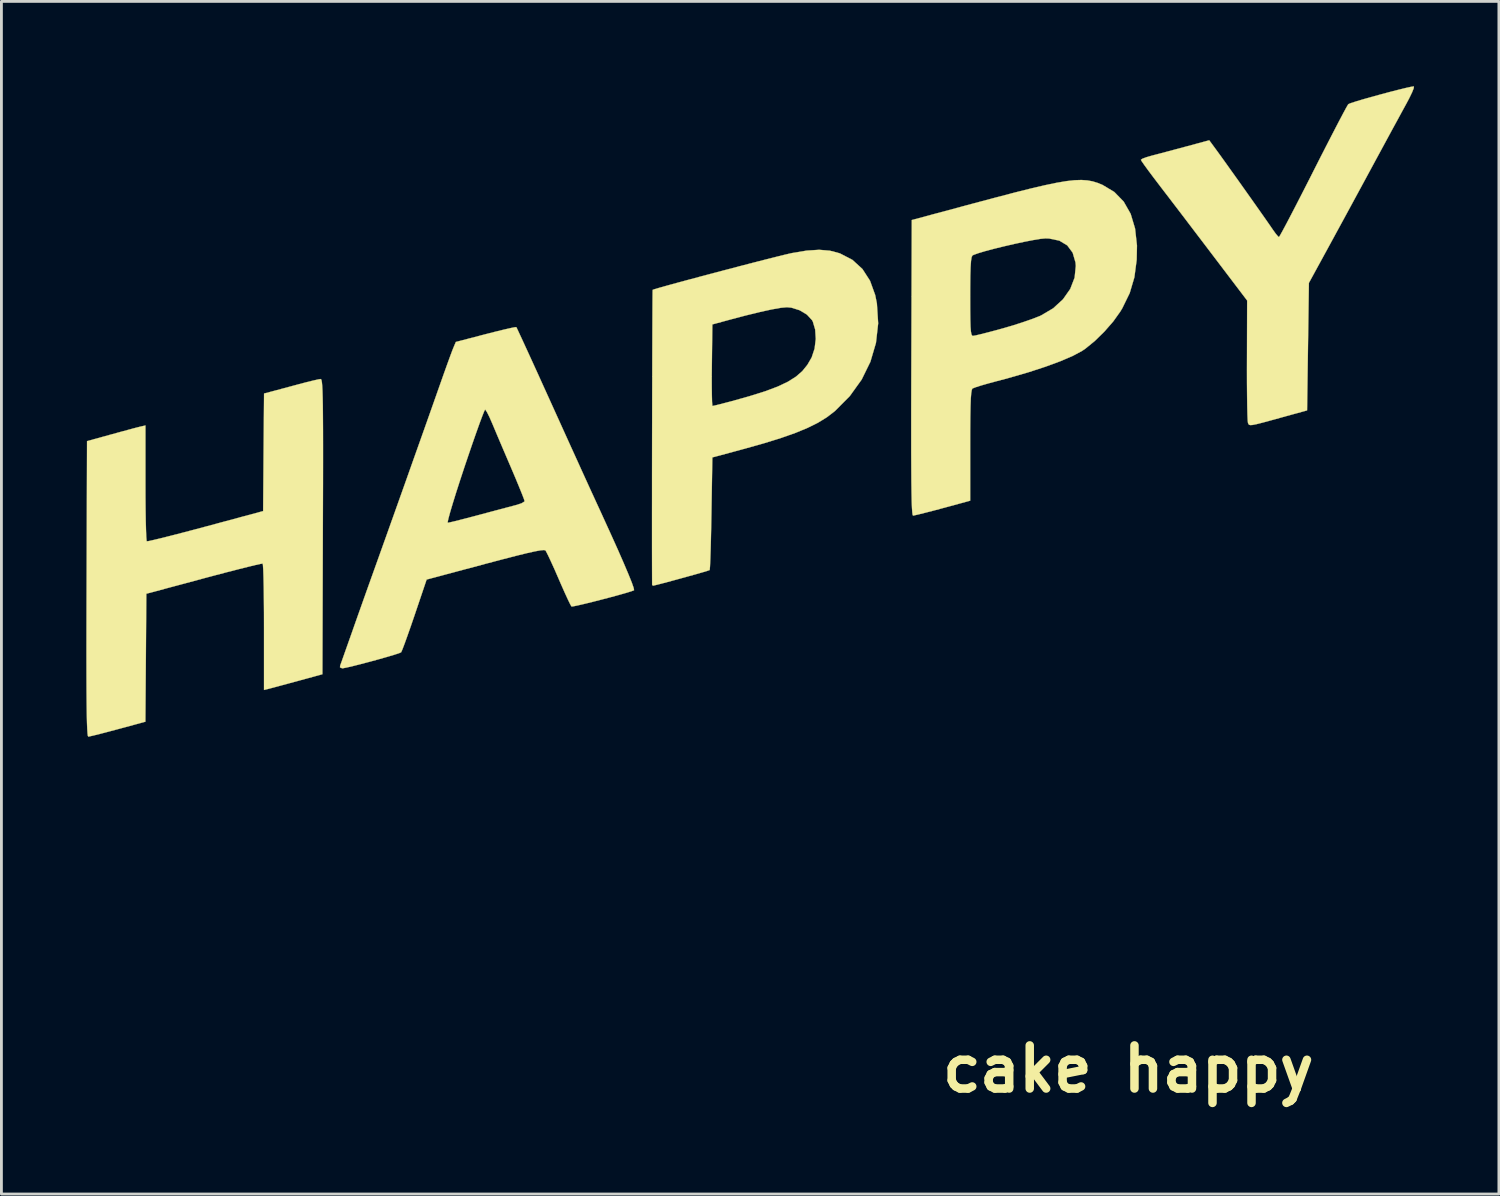
<source format=kicad_pcb>
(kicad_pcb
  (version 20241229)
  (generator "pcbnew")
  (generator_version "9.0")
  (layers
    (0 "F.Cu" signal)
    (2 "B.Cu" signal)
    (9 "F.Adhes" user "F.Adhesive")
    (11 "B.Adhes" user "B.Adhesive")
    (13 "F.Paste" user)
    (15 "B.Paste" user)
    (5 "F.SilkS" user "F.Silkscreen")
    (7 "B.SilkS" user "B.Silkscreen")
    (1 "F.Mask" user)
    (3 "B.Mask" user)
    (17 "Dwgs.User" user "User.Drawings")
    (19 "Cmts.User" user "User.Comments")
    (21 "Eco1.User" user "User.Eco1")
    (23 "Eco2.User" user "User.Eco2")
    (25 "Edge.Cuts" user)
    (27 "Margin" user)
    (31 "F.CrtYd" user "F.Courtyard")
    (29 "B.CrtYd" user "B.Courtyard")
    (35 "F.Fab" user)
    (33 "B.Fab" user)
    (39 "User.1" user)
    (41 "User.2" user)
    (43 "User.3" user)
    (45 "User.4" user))
  (footprint "cake happy"
    (layer "F.Cu")
    (at 36.824 34.729)
    (property "Reference" "cake happy" (at 0 0 0) (layer "F.SilkS") (effects (font (size 1.524 1.524) (thickness 0.3))))
    (attr through_hole)
    (fp_poly (pts (xy -28.525 -24.373) (xy -28.51 -24.333) (xy -28.497 -24.258) (xy -28.487 -24.138) (xy -28.478 -23.968) (xy -28.471 -23.738) (xy -28.465 -23.441) (xy -28.462 -23.068) (xy -28.459 -22.614) (xy -28.458 -22.068) (xy -28.458 -21.424) (xy -28.459 -20.674) (xy -28.462 -19.81) (xy -28.464 -19.168) (xy -28.48 -13.952) (xy -29.343 -13.716) (xy -29.671 -13.627) (xy -29.967 -13.547) (xy -30.204 -13.483) (xy -30.353 -13.444) (xy -30.375 -13.438) (xy -30.544 -13.396) (xy -30.544 -15.616) (xy -30.545 -16.134) (xy -30.549 -16.611) (xy -30.554 -17.031) (xy -30.562 -17.381) (xy -30.571 -17.646) (xy -30.582 -17.811) (xy -30.591 -17.862) (xy -30.662 -17.852) (xy -30.84 -17.813) (xy -31.112 -17.747) (xy -31.462 -17.659) (xy -31.875 -17.553) (xy -32.338 -17.431) (xy -32.671 -17.342) (xy -34.703 -16.796) (xy -34.719 -14.535) (xy -34.736 -12.274) (xy -35.707 -12.011) (xy -36.044 -11.921) (xy -36.339 -11.844) (xy -36.572 -11.786) (xy -36.718 -11.753) (xy -36.754 -11.748) (xy -36.769 -11.775) (xy -36.781 -11.862) (xy -36.791 -12.015) (xy -36.8 -12.239) (xy -36.807 -12.543) (xy -36.812 -12.931) (xy -36.816 -13.41) (xy -36.818 -13.988) (xy -36.819 -14.669) (xy -36.818 -15.46) (xy -36.816 -16.369) (xy -36.814 -16.969) (xy -36.798 -22.19) (xy -35.941 -22.426) (xy -35.614 -22.516) (xy -35.318 -22.596) (xy -35.08 -22.66) (xy -34.93 -22.698) (xy -34.909 -22.703) (xy -34.734 -22.743) (xy -34.734 -20.71) (xy -34.733 -20.215) (xy -34.729 -19.761) (xy -34.723 -19.365) (xy -34.714 -19.041) (xy -34.705 -18.806) (xy -34.694 -18.673) (xy -34.687 -18.649) (xy -34.616 -18.658) (xy -34.438 -18.698) (xy -34.166 -18.763) (xy -33.817 -18.851) (xy -33.403 -18.958) (xy -32.94 -19.08) (xy -32.607 -19.169) (xy -30.575 -19.717) (xy -30.559 -21.794) (xy -30.542 -23.872) (xy -30.273 -23.943) (xy -30.098 -23.99) (xy -29.84 -24.059) (xy -29.539 -24.14) (xy -29.32 -24.199) (xy -29.035 -24.274) (xy -28.79 -24.334) (xy -28.614 -24.373) (xy -28.542 -24.384) (xy -28.525 -24.373)) (stroke (width 0.01) (type solid)) (fill yes) (layer "F.SilkS"))
    (fp_poly (pts (xy 10.093 -34.723) (xy 10.087 -34.663) (xy 10.029 -34.517) (xy 9.927 -34.306) (xy 9.817 -34.099) (xy 9.699 -33.884) (xy 9.533 -33.578) (xy 9.328 -33.203) (xy 9.098 -32.778) (xy 8.853 -32.326) (xy 8.604 -31.866) (xy 8.576 -31.814) (xy 8.305 -31.313) (xy 8.016 -30.78) (xy 7.725 -30.243) (xy 7.447 -29.733) (xy 7.2 -29.279) (xy 7.024 -28.956) (xy 6.382 -27.781) (xy 6.35 -25.529) (xy 6.318 -23.276) (xy 5.461 -23.04) (xy 5.053 -22.927) (xy 4.751 -22.845) (xy 4.538 -22.791) (xy 4.397 -22.762) (xy 4.312 -22.756) (xy 4.266 -22.769) (xy 4.243 -22.8) (xy 4.229 -22.836) (xy 4.219 -22.923) (xy 4.21 -23.123) (xy 4.203 -23.417) (xy 4.198 -23.791) (xy 4.194 -24.229) (xy 4.193 -24.715) (xy 4.194 -25.052) (xy 4.2 -27.159) (xy 3 -28.74) (xy 2.662 -29.185) (xy 2.312 -29.645) (xy 1.967 -30.099) (xy 1.644 -30.522) (xy 1.362 -30.891) (xy 1.137 -31.184) (xy 1.122 -31.204) (xy 0.902 -31.493) (xy 0.712 -31.747) (xy 0.564 -31.95) (xy 0.471 -32.085) (xy 0.445 -32.132) (xy 0.501 -32.171) (xy 0.648 -32.226) (xy 0.841 -32.281) (xy 1.06 -32.338) (xy 1.362 -32.418) (xy 1.706 -32.51) (xy 2.049 -32.602) (xy 2.86 -32.821) (xy 3.102 -32.492) (xy 3.243 -32.298) (xy 3.434 -32.032) (xy 3.661 -31.714) (xy 3.911 -31.364) (xy 4.169 -31) (xy 4.422 -30.643) (xy 4.656 -30.311) (xy 4.857 -30.025) (xy 5.011 -29.804) (xy 5.102 -29.671) (xy 5.212 -29.518) (xy 5.296 -29.42) (xy 5.324 -29.402) (xy 5.361 -29.457) (xy 5.448 -29.613) (xy 5.58 -29.86) (xy 5.75 -30.184) (xy 5.952 -30.574) (xy 6.18 -31.019) (xy 6.428 -31.505) (xy 6.538 -31.723) (xy 6.793 -32.226) (xy 7.033 -32.695) (xy 7.25 -33.116) (xy 7.438 -33.478) (xy 7.591 -33.768) (xy 7.702 -33.974) (xy 7.766 -34.084) (xy 7.777 -34.098) (xy 7.859 -34.133) (xy 8.038 -34.191) (xy 8.291 -34.267) (xy 8.592 -34.352) (xy 8.919 -34.442) (xy 9.247 -34.53) (xy 9.552 -34.608) (xy 9.81 -34.671) (xy 9.997 -34.712) (xy 10.089 -34.724) (xy 10.093 -34.723)) (stroke (width 0.01) (type solid)) (fill yes) (layer "F.SilkS"))
    (fp_poly (pts (xy -1.448 -31.404) (xy -1.26 -31.369) (xy -1.084 -31.315) (xy -0.914 -31.246) (xy -0.495 -30.995) (xy -0.162 -30.653) (xy 0.083 -30.222) (xy 0.239 -29.703) (xy 0.306 -29.1) (xy 0.296 -28.598) (xy 0.215 -27.98) (xy 0.05 -27.423) (xy -0.214 -26.883) (xy -0.286 -26.764) (xy -0.534 -26.417) (xy -0.847 -26.059) (xy -1.187 -25.726) (xy -1.52 -25.455) (xy -1.631 -25.38) (xy -1.956 -25.205) (xy -2.393 -25.017) (xy -2.927 -24.82) (xy -3.544 -24.619) (xy -4.231 -24.421) (xy -4.636 -24.313) (xy -4.941 -24.231) (xy -5.205 -24.155) (xy -5.401 -24.092) (xy -5.504 -24.051) (xy -5.509 -24.048) (xy -5.532 -23.999) (xy -5.551 -23.885) (xy -5.566 -23.695) (xy -5.576 -23.419) (xy -5.583 -23.047) (xy -5.587 -22.567) (xy -5.588 -22.036) (xy -5.588 -20.085) (xy -6.56 -19.821) (xy -6.896 -19.731) (xy -7.192 -19.655) (xy -7.425 -19.597) (xy -7.571 -19.564) (xy -7.608 -19.558) (xy -7.622 -19.586) (xy -7.634 -19.672) (xy -7.645 -19.825) (xy -7.654 -20.05) (xy -7.66 -20.353) (xy -7.666 -20.741) (xy -7.669 -21.221) (xy -7.672 -21.798) (xy -7.672 -22.479) (xy -7.672 -23.271) (xy -7.67 -24.179) (xy -7.668 -24.781) (xy -7.66 -27.297) (xy -5.588 -27.297) (xy -5.587 -26.837) (xy -5.583 -26.488) (xy -5.576 -26.237) (xy -5.563 -26.069) (xy -5.545 -25.968) (xy -5.52 -25.919) (xy -5.493 -25.908) (xy -5.4 -25.924) (xy -5.21 -25.969) (xy -4.945 -26.036) (xy -4.629 -26.12) (xy -4.466 -26.165) (xy -4.094 -26.273) (xy -3.724 -26.392) (xy -3.392 -26.507) (xy -3.136 -26.607) (xy -3.085 -26.63) (xy -2.656 -26.883) (xy -2.308 -27.202) (xy -2.051 -27.568) (xy -1.897 -27.967) (xy -1.855 -28.381) (xy -1.866 -28.505) (xy -1.966 -28.849) (xy -2.158 -29.107) (xy -2.437 -29.275) (xy -2.799 -29.35) (xy -2.931 -29.354) (xy -3.102 -29.338) (xy -3.357 -29.296) (xy -3.673 -29.235) (xy -4.026 -29.159) (xy -4.389 -29.075) (xy -4.74 -28.989) (xy -5.053 -28.906) (xy -5.303 -28.831) (xy -5.466 -28.772) (xy -5.509 -28.749) (xy -5.537 -28.691) (xy -5.558 -28.561) (xy -5.573 -28.345) (xy -5.583 -28.033) (xy -5.587 -27.614) (xy -5.588 -27.297) (xy -7.66 -27.297) (xy -7.652 -30.003) (xy -5.461 -30.592) (xy -4.675 -30.801) (xy -4 -30.978) (xy -3.425 -31.122) (xy -2.939 -31.235) (xy -2.53 -31.32) (xy -2.187 -31.378) (xy -1.9 -31.41) (xy -1.658 -31.418) (xy -1.448 -31.404)) (stroke (width 0.01) (type solid)) (fill yes) (layer "F.SilkS"))
    (fp_poly (pts (xy -10.549 -28.92) (xy -10.207 -28.829) (xy -10.183 -28.82) (xy -9.748 -28.594) (xy -9.395 -28.271) (xy -9.127 -27.856) (xy -8.945 -27.353) (xy -8.885 -27.054) (xy -8.84 -26.351) (xy -8.918 -25.661) (xy -9.114 -24.996) (xy -9.423 -24.365) (xy -9.842 -23.782) (xy -10.366 -23.255) (xy -10.389 -23.236) (xy -10.657 -23.031) (xy -10.966 -22.841) (xy -11.33 -22.66) (xy -11.762 -22.481) (xy -12.276 -22.3) (xy -12.886 -22.111) (xy -13.606 -21.909) (xy -13.716 -21.879) (xy -14.7 -21.614) (xy -14.732 -19.639) (xy -14.741 -19.151) (xy -14.751 -18.705) (xy -14.761 -18.316) (xy -14.772 -18) (xy -14.782 -17.773) (xy -14.792 -17.65) (xy -14.796 -17.633) (xy -14.861 -17.61) (xy -15.025 -17.56) (xy -15.26 -17.493) (xy -15.543 -17.414) (xy -15.846 -17.33) (xy -16.146 -17.248) (xy -16.416 -17.176) (xy -16.632 -17.12) (xy -16.768 -17.087) (xy -16.8 -17.081) (xy -16.828 -17.113) (xy -16.829 -17.309) (xy -16.83 -17.607) (xy -16.831 -17.997) (xy -16.832 -18.465) (xy -16.832 -19.002) (xy -16.832 -19.596) (xy -16.831 -20.235) (xy -16.831 -20.908) (xy -16.83 -21.603) (xy -16.829 -22.309) (xy -16.827 -23.015) (xy -16.826 -23.708) (xy -16.824 -24.379) (xy -16.824 -24.46) (xy -14.721 -24.46) (xy -14.72 -24.094) (xy -14.716 -23.791) (xy -14.71 -23.571) (xy -14.7 -23.449) (xy -14.694 -23.431) (xy -14.619 -23.447) (xy -14.45 -23.488) (xy -14.215 -23.549) (xy -14.042 -23.594) (xy -13.385 -23.778) (xy -12.84 -23.949) (xy -12.394 -24.116) (xy -12.034 -24.286) (xy -11.748 -24.466) (xy -11.521 -24.663) (xy -11.342 -24.885) (xy -11.195 -25.138) (xy -11.187 -25.155) (xy -11.086 -25.46) (xy -11.045 -25.801) (xy -11.066 -26.134) (xy -11.148 -26.412) (xy -11.178 -26.467) (xy -11.358 -26.661) (xy -11.617 -26.816) (xy -11.909 -26.907) (xy -12.065 -26.921) (xy -12.277 -26.902) (xy -12.599 -26.845) (xy -13.02 -26.753) (xy -13.529 -26.628) (xy -14.034 -26.495) (xy -14.7 -26.314) (xy -14.717 -24.873) (xy -14.721 -24.46) (xy -16.824 -24.46) (xy -16.823 -25.015) (xy -16.821 -25.605) (xy -16.819 -26.137) (xy -16.817 -26.6) (xy -16.815 -26.983) (xy -16.813 -27.274) (xy -16.811 -27.461) (xy -16.809 -27.535) (xy -16.809 -27.535) (xy -16.741 -27.56) (xy -16.566 -27.611) (xy -16.299 -27.686) (xy -15.958 -27.78) (xy -15.558 -27.888) (xy -15.115 -28.007) (xy -14.645 -28.132) (xy -14.164 -28.258) (xy -13.688 -28.383) (xy -13.234 -28.501) (xy -12.816 -28.608) (xy -12.452 -28.7) (xy -12.157 -28.773) (xy -11.948 -28.822) (xy -11.884 -28.836) (xy -11.362 -28.923) (xy -10.925 -28.951) (xy -10.549 -28.92)) (stroke (width 0.01) (type solid)) (fill yes) (layer "F.SilkS"))
    (fp_poly (pts (xy -21.597 -26.158) (xy -21.52 -25.993) (xy -21.402 -25.739) (xy -21.25 -25.408) (xy -21.069 -25.013) (xy -20.866 -24.568) (xy -20.647 -24.084) (xy -20.639 -24.067) (xy -20.316 -23.355) (xy -20.041 -22.748) (xy -19.809 -22.236) (xy -19.614 -21.807) (xy -19.452 -21.451) (xy -19.319 -21.157) (xy -19.208 -20.914) (xy -19.116 -20.712) (xy -19.037 -20.539) (xy -18.967 -20.386) (xy -18.9 -20.241) (xy -18.878 -20.193) (xy -18.763 -19.942) (xy -18.657 -19.712) (xy -18.581 -19.547) (xy -18.572 -19.526) (xy -18.284 -18.895) (xy -18.034 -18.34) (xy -17.827 -17.867) (xy -17.664 -17.482) (xy -17.547 -17.192) (xy -17.481 -17.003) (xy -17.466 -16.921) (xy -17.468 -16.919) (xy -17.558 -16.885) (xy -17.742 -16.828) (xy -17.995 -16.756) (xy -18.293 -16.675) (xy -18.613 -16.591) (xy -18.929 -16.51) (xy -19.218 -16.439) (xy -19.455 -16.384) (xy -19.616 -16.351) (xy -19.676 -16.345) (xy -19.716 -16.411) (xy -19.796 -16.574) (xy -19.906 -16.812) (xy -20.037 -17.107) (xy -20.128 -17.316) (xy -20.269 -17.64) (xy -20.398 -17.925) (xy -20.503 -18.149) (xy -20.576 -18.292) (xy -20.6 -18.329) (xy -20.654 -18.341) (xy -20.776 -18.33) (xy -20.976 -18.293) (xy -21.263 -18.229) (xy -21.645 -18.135) (xy -22.131 -18.009) (xy -22.73 -17.851) (xy -22.733 -17.85) (xy -24.797 -17.298) (xy -25.224 -16.035) (xy -25.354 -15.656) (xy -25.473 -15.318) (xy -25.573 -15.04) (xy -25.649 -14.839) (xy -25.694 -14.735) (xy -25.7 -14.726) (xy -25.777 -14.693) (xy -25.951 -14.637) (xy -26.197 -14.564) (xy -26.49 -14.481) (xy -26.803 -14.395) (xy -27.112 -14.314) (xy -27.39 -14.243) (xy -27.613 -14.191) (xy -27.754 -14.163) (xy -27.782 -14.161) (xy -27.859 -14.195) (xy -27.851 -14.263) (xy -27.818 -14.352) (xy -27.751 -14.541) (xy -27.656 -14.81) (xy -27.54 -15.138) (xy -27.41 -15.505) (xy -27.395 -15.549) (xy -27.239 -15.991) (xy -27.071 -16.464) (xy -26.906 -16.928) (xy -26.758 -17.342) (xy -26.669 -17.59) (xy -26.544 -17.939) (xy -26.383 -18.39) (xy -26.193 -18.921) (xy -26.049 -19.326) (xy -24.054 -19.326) (xy -24.05 -19.304) (xy -23.968 -19.32) (xy -23.784 -19.363) (xy -23.522 -19.43) (xy -23.202 -19.513) (xy -22.927 -19.586) (xy -22.558 -19.685) (xy -22.212 -19.777) (xy -21.915 -19.856) (xy -21.696 -19.914) (xy -21.606 -19.938) (xy -21.442 -19.993) (xy -21.346 -20.052) (xy -21.336 -20.073) (xy -21.36 -20.15) (xy -21.427 -20.324) (xy -21.529 -20.575) (xy -21.657 -20.884) (xy -21.804 -21.23) (xy -21.97 -21.617) (xy -22.135 -22.003) (xy -22.286 -22.358) (xy -22.409 -22.65) (xy -22.477 -22.812) (xy -22.576 -23.037) (xy -22.661 -23.208) (xy -22.719 -23.297) (xy -22.731 -23.305) (xy -22.762 -23.247) (xy -22.828 -23.082) (xy -22.924 -22.825) (xy -23.044 -22.489) (xy -23.184 -22.089) (xy -23.338 -21.638) (xy -23.451 -21.304) (xy -23.613 -20.813) (xy -23.756 -20.37) (xy -23.875 -19.986) (xy -23.967 -19.676) (xy -24.028 -19.451) (xy -24.054 -19.326) (xy -26.049 -19.326) (xy -25.982 -19.513) (xy -25.756 -20.148) (xy -25.522 -20.805) (xy -25.288 -21.466) (xy -25.059 -22.11) (xy -24.843 -22.719) (xy -24.647 -23.273) (xy -24.478 -23.752) (xy -24.342 -24.138) (xy -24.322 -24.194) (xy -24.195 -24.554) (xy -24.075 -24.889) (xy -23.972 -25.172) (xy -23.895 -25.379) (xy -23.86 -25.468) (xy -23.765 -25.694) (xy -22.708 -25.97) (xy -22.362 -26.058) (xy -22.06 -26.132) (xy -21.823 -26.186) (xy -21.673 -26.216) (xy -21.628 -26.219) (xy -21.597 -26.158)) (stroke (width 0.01) (type solid)) (fill yes) (layer "F.SilkS")))
  (gr_rect
    (start -3 -3)
    (end 49.921 39.147)
    (stroke (width 0.1) (type default))
    (fill no)
    (layer "Edge.Cuts")))
</source>
